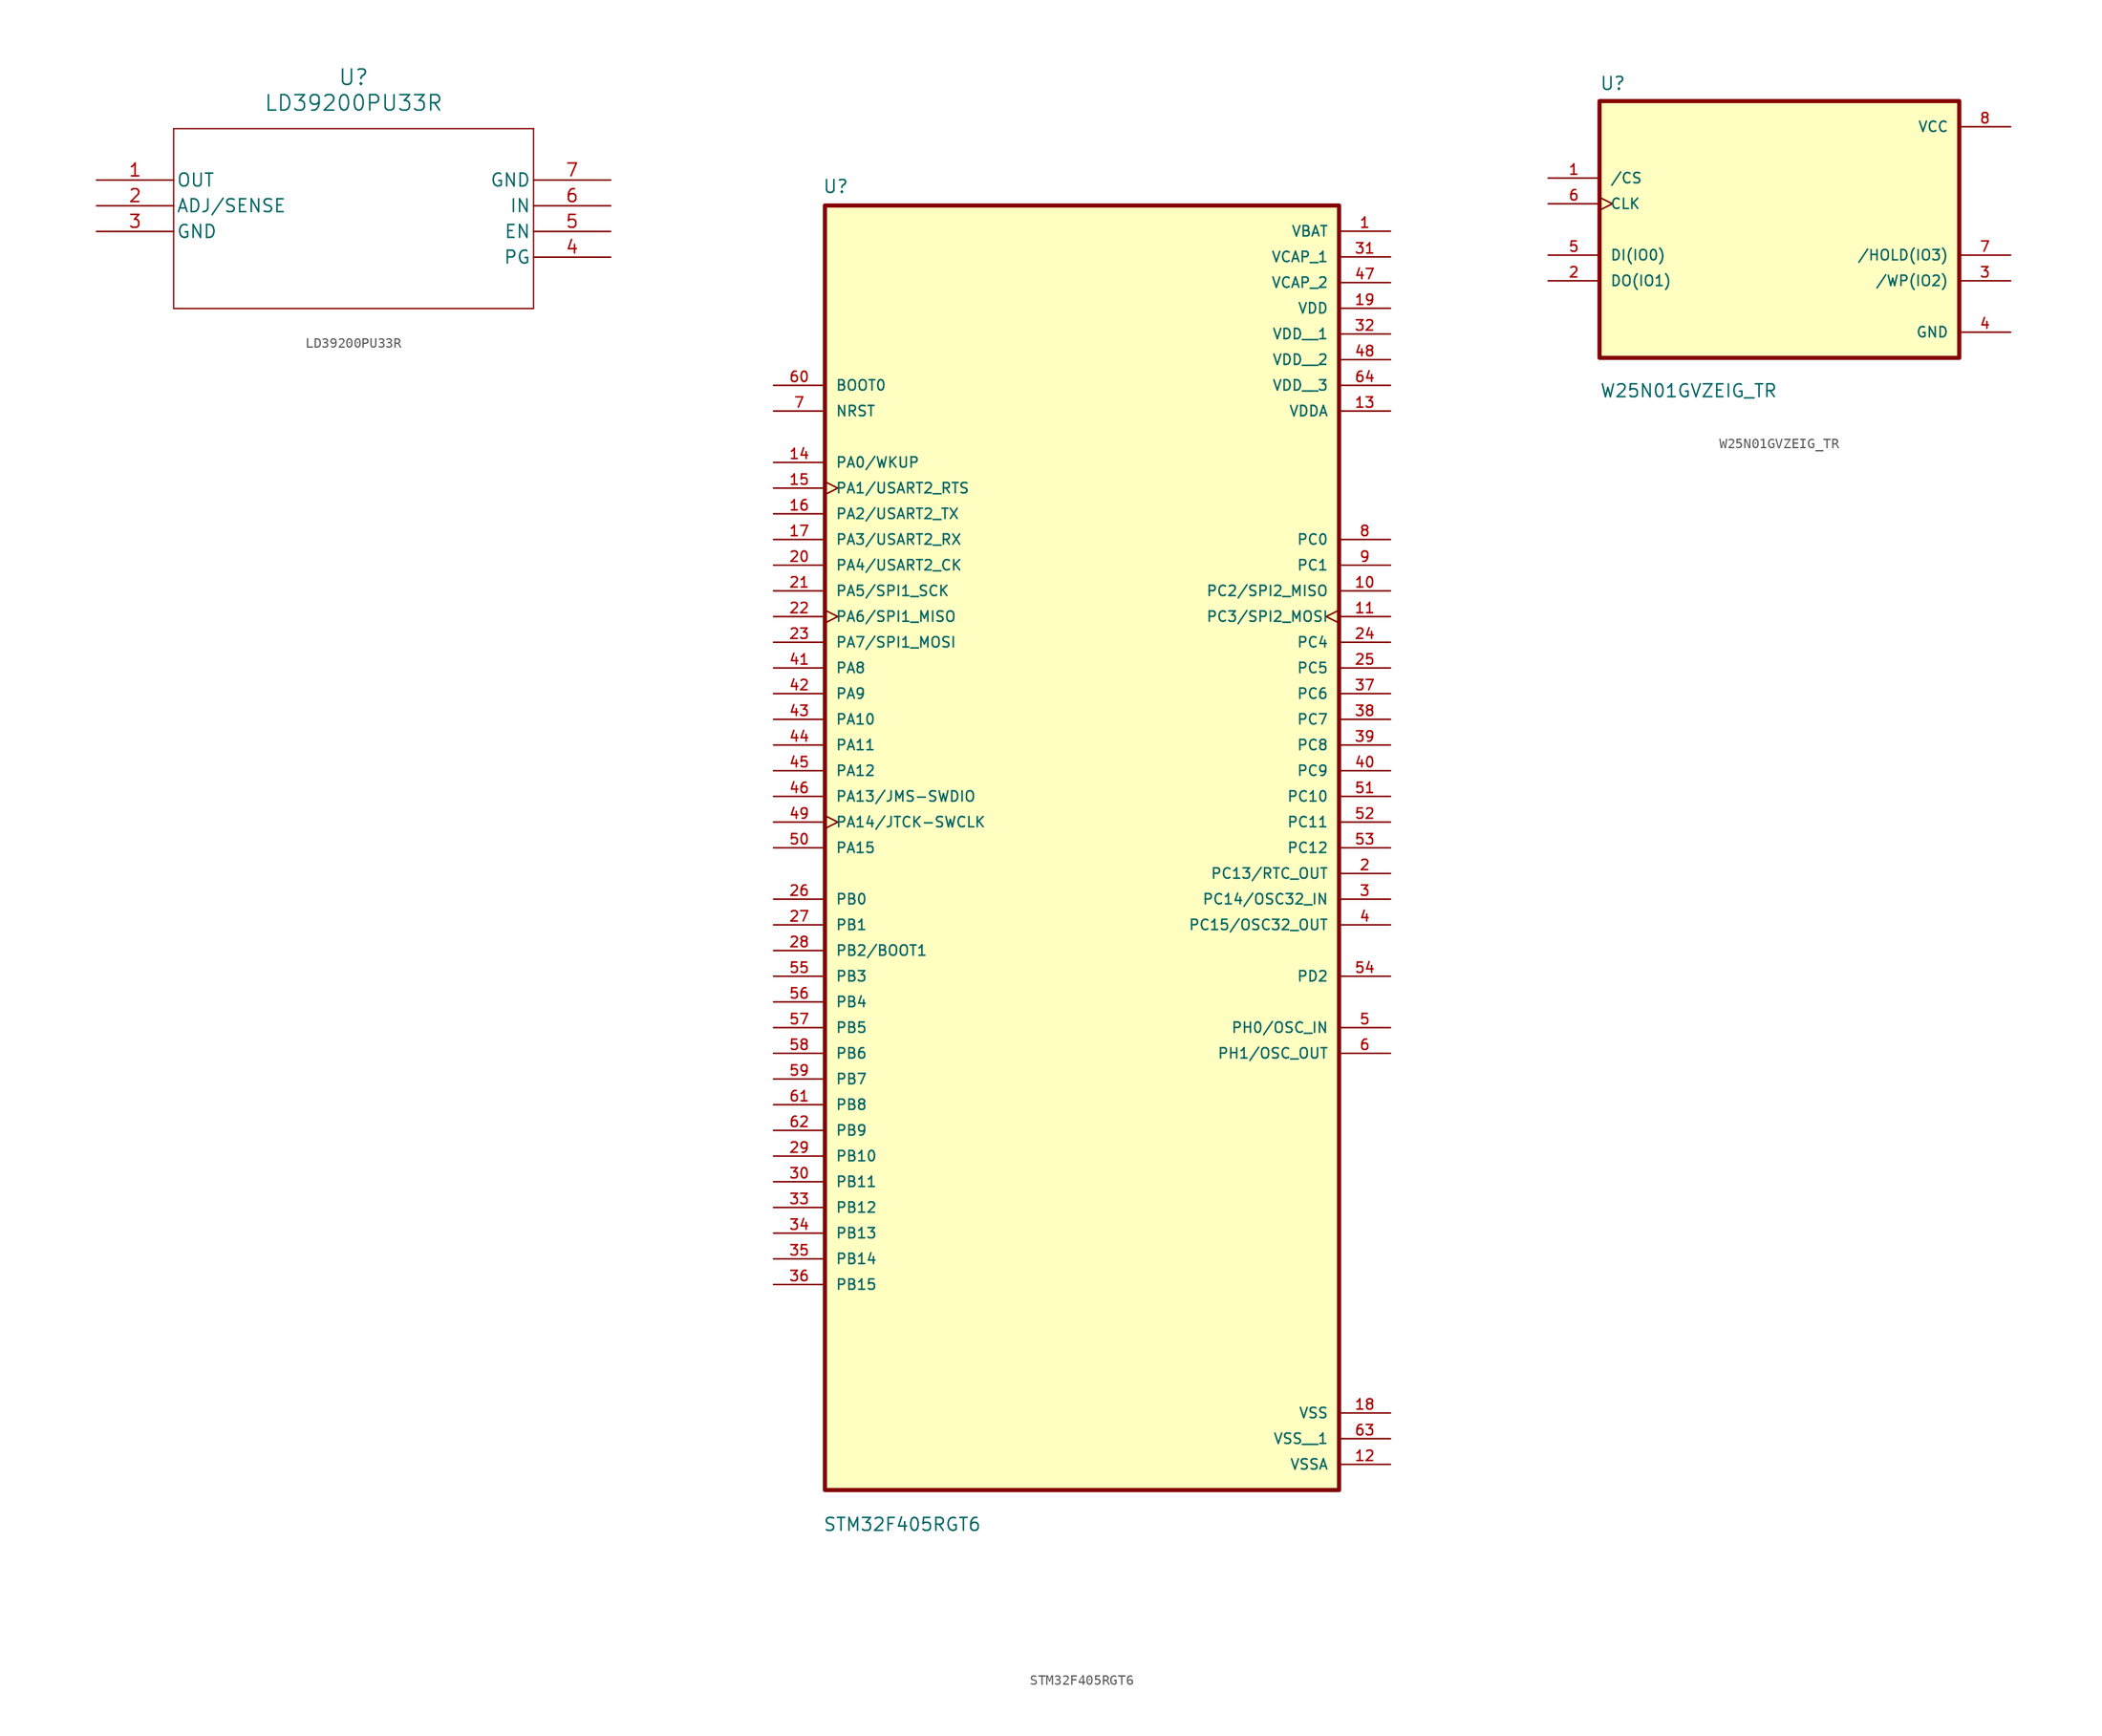
<source format=kicad_sym>
(kicad_symbol_lib
  (version 20241209)
  (generator "kicad_symbol_editor")
  (generator_version "9.0")
  (symbol "LD39200PU33R"
    (pin_names
      (offset 0.254))
    (property "Reference" "U"
      (at 25.4 10.16 0)
      (effects (font (size 1.524 1.524))))
    (property "Value" "LD39200PU33R"
      (at 25.4 7.62 0)
      (effects (font (size 1.524 1.524))))
    (property "ki_locked" ""
      (at 0 0 0)
      (effects (font (size 1.27 1.27))))
    (symbol "LD39200PU33R_0_1"
      (polyline (pts (xy 7.62 5.08) (xy 7.62 -12.7)) (stroke (width 0.127) (type default)) (fill (type none)))
      (polyline (pts (xy 7.62 -12.7) (xy 43.18 -12.7)) (stroke (width 0.127) (type default)) (fill (type none)))
      (polyline (pts (xy 43.18 5.08) (xy 7.62 5.08)) (stroke (width 0.127) (type default)) (fill (type none)))
      (polyline (pts (xy 43.18 -12.7) (xy 43.18 5.08)) (stroke (width 0.127) (type default)) (fill (type none)))
      (pin output line (at 0 0 0) (length 7.62) (name "OUT" (effects (font (size 1.27 1.27)))) (number "1" (effects (font (size 1.27 1.27)))))
      (pin unspecified line (at 0 -2.54 0) (length 7.62) (name "ADJ/SENSE" (effects (font (size 1.27 1.27)))) (number "2" (effects (font (size 1.27 1.27)))))
      (pin power_out line (at 0 -5.08 0) (length 7.62) (name "GND" (effects (font (size 1.27 1.27)))) (number "3" (effects (font (size 1.27 1.27)))))
      (pin power_out line (at 50.8 0 180) (length 7.62) (name "GND" (effects (font (size 1.27 1.27)))) (number "7" (effects (font (size 1.27 1.27)))))
      (pin power_in line (at 50.8 -2.54 180) (length 7.62) (name "IN" (effects (font (size 1.27 1.27)))) (number "6" (effects (font (size 1.27 1.27)))))
      (pin unspecified line (at 50.8 -5.08 180) (length 7.62) (name "EN" (effects (font (size 1.27 1.27)))) (number "5" (effects (font (size 1.27 1.27)))))
      (pin unspecified line (at 50.8 -7.62 180) (length 7.62) (name "PG" (effects (font (size 1.27 1.27)))) (number "4" (effects (font (size 1.27 1.27)))))))
  (symbol "STM32F405RGT6"
    (pin_names
      (offset 1.016))
    (property "Reference" "U"
      (at -25.644 59.558 0)
      (effects (font (size 1.27 1.27)) (justify left bottom)))
    (property "Value" "STM32F405RGT6"
      (at -25.604 -72.72 0)
      (effects (font (size 1.27 1.27)) (justify left bottom)))
    (symbol "STM32F405RGT6_0_0"
      (rectangle (start -25.4 58.42) (end 25.4 -68.58) (stroke (width 0.41) (type default)) (fill (type background)))
      (pin bidirectional line (at -30.48 40.64 0) (length 5.08) (name "BOOT0" (effects (font (size 1.016 1.016)))) (number "60" (effects (font (size 1.016 1.016)))))
      (pin bidirectional line (at -30.48 38.1 0) (length 5.08) (name "NRST" (effects (font (size 1.016 1.016)))) (number "7" (effects (font (size 1.016 1.016)))))
      (pin bidirectional line (at -30.48 33.02 0) (length 5.08) (name "PA0/WKUP" (effects (font (size 1.016 1.016)))) (number "14" (effects (font (size 1.016 1.016)))))
      (pin bidirectional clock (at -30.48 30.48 0) (length 5.08) (name "PA1/USART2_RTS" (effects (font (size 1.016 1.016)))) (number "15" (effects (font (size 1.016 1.016)))))
      (pin bidirectional line (at -30.48 27.94 0) (length 5.08) (name "PA2/USART2_TX" (effects (font (size 1.016 1.016)))) (number "16" (effects (font (size 1.016 1.016)))))
      (pin bidirectional line (at -30.48 25.4 0) (length 5.08) (name "PA3/USART2_RX" (effects (font (size 1.016 1.016)))) (number "17" (effects (font (size 1.016 1.016)))))
      (pin bidirectional line (at -30.48 22.86 0) (length 5.08) (name "PA4/USART2_CK" (effects (font (size 1.016 1.016)))) (number "20" (effects (font (size 1.016 1.016)))))
      (pin bidirectional line (at -30.48 20.32 0) (length 5.08) (name "PA5/SPI1_SCK" (effects (font (size 1.016 1.016)))) (number "21" (effects (font (size 1.016 1.016)))))
      (pin bidirectional clock (at -30.48 17.78 0) (length 5.08) (name "PA6/SPI1_MISO" (effects (font (size 1.016 1.016)))) (number "22" (effects (font (size 1.016 1.016)))))
      (pin bidirectional line (at -30.48 15.24 0) (length 5.08) (name "PA7/SPI1_MOSI" (effects (font (size 1.016 1.016)))) (number "23" (effects (font (size 1.016 1.016)))))
      (pin bidirectional line (at -30.48 12.7 0) (length 5.08) (name "PA8" (effects (font (size 1.016 1.016)))) (number "41" (effects (font (size 1.016 1.016)))))
      (pin bidirectional line (at -30.48 10.16 0) (length 5.08) (name "PA9" (effects (font (size 1.016 1.016)))) (number "42" (effects (font (size 1.016 1.016)))))
      (pin bidirectional line (at -30.48 7.62 0) (length 5.08) (name "PA10" (effects (font (size 1.016 1.016)))) (number "43" (effects (font (size 1.016 1.016)))))
      (pin bidirectional line (at -30.48 5.08 0) (length 5.08) (name "PA11" (effects (font (size 1.016 1.016)))) (number "44" (effects (font (size 1.016 1.016)))))
      (pin bidirectional line (at -30.48 2.54 0) (length 5.08) (name "PA12" (effects (font (size 1.016 1.016)))) (number "45" (effects (font (size 1.016 1.016)))))
      (pin bidirectional line (at -30.48 0 0) (length 5.08) (name "PA13/JMS-SWDIO" (effects (font (size 1.016 1.016)))) (number "46" (effects (font (size 1.016 1.016)))))
      (pin bidirectional clock (at -30.48 -2.54 0) (length 5.08) (name "PA14/JTCK-SWCLK" (effects (font (size 1.016 1.016)))) (number "49" (effects (font (size 1.016 1.016)))))
      (pin bidirectional line (at -30.48 -5.08 0) (length 5.08) (name "PA15" (effects (font (size 1.016 1.016)))) (number "50" (effects (font (size 1.016 1.016)))))
      (pin bidirectional line (at -30.48 -10.16 0) (length 5.08) (name "PB0" (effects (font (size 1.016 1.016)))) (number "26" (effects (font (size 1.016 1.016)))))
      (pin bidirectional line (at -30.48 -12.7 0) (length 5.08) (name "PB1" (effects (font (size 1.016 1.016)))) (number "27" (effects (font (size 1.016 1.016)))))
      (pin bidirectional line (at -30.48 -15.24 0) (length 5.08) (name "PB2/BOOT1" (effects (font (size 1.016 1.016)))) (number "28" (effects (font (size 1.016 1.016)))))
      (pin bidirectional line (at -30.48 -17.78 0) (length 5.08) (name "PB3" (effects (font (size 1.016 1.016)))) (number "55" (effects (font (size 1.016 1.016)))))
      (pin bidirectional line (at -30.48 -20.32 0) (length 5.08) (name "PB4" (effects (font (size 1.016 1.016)))) (number "56" (effects (font (size 1.016 1.016)))))
      (pin bidirectional line (at -30.48 -22.86 0) (length 5.08) (name "PB5" (effects (font (size 1.016 1.016)))) (number "57" (effects (font (size 1.016 1.016)))))
      (pin bidirectional line (at -30.48 -25.4 0) (length 5.08) (name "PB6" (effects (font (size 1.016 1.016)))) (number "58" (effects (font (size 1.016 1.016)))))
      (pin bidirectional line (at -30.48 -27.94 0) (length 5.08) (name "PB7" (effects (font (size 1.016 1.016)))) (number "59" (effects (font (size 1.016 1.016)))))
      (pin bidirectional line (at -30.48 -30.48 0) (length 5.08) (name "PB8" (effects (font (size 1.016 1.016)))) (number "61" (effects (font (size 1.016 1.016)))))
      (pin bidirectional line (at -30.48 -33.02 0) (length 5.08) (name "PB9" (effects (font (size 1.016 1.016)))) (number "62" (effects (font (size 1.016 1.016)))))
      (pin bidirectional line (at -30.48 -35.56 0) (length 5.08) (name "PB10" (effects (font (size 1.016 1.016)))) (number "29" (effects (font (size 1.016 1.016)))))
      (pin bidirectional line (at -30.48 -38.1 0) (length 5.08) (name "PB11" (effects (font (size 1.016 1.016)))) (number "30" (effects (font (size 1.016 1.016)))))
      (pin bidirectional line (at -30.48 -40.64 0) (length 5.08) (name "PB12" (effects (font (size 1.016 1.016)))) (number "33" (effects (font (size 1.016 1.016)))))
      (pin bidirectional line (at -30.48 -43.18 0) (length 5.08) (name "PB13" (effects (font (size 1.016 1.016)))) (number "34" (effects (font (size 1.016 1.016)))))
      (pin bidirectional line (at -30.48 -45.72 0) (length 5.08) (name "PB14" (effects (font (size 1.016 1.016)))) (number "35" (effects (font (size 1.016 1.016)))))
      (pin bidirectional line (at -30.48 -48.26 0) (length 5.08) (name "PB15" (effects (font (size 1.016 1.016)))) (number "36" (effects (font (size 1.016 1.016)))))
      (pin power_in line (at 30.48 55.88 180) (length 5.08) (name "VBAT" (effects (font (size 1.016 1.016)))) (number "1" (effects (font (size 1.016 1.016)))))
      (pin power_in line (at 30.48 53.34 180) (length 5.08) (name "VCAP_1" (effects (font (size 1.016 1.016)))) (number "31" (effects (font (size 1.016 1.016)))))
      (pin power_in line (at 30.48 50.8 180) (length 5.08) (name "VCAP_2" (effects (font (size 1.016 1.016)))) (number "47" (effects (font (size 1.016 1.016)))))
      (pin power_in line (at 30.48 48.26 180) (length 5.08) (name "VDD" (effects (font (size 1.016 1.016)))) (number "19" (effects (font (size 1.016 1.016)))))
      (pin power_in line (at 30.48 45.72 180) (length 5.08) (name "VDD__1" (effects (font (size 1.016 1.016)))) (number "32" (effects (font (size 1.016 1.016)))))
      (pin power_in line (at 30.48 43.18 180) (length 5.08) (name "VDD__2" (effects (font (size 1.016 1.016)))) (number "48" (effects (font (size 1.016 1.016)))))
      (pin power_in line (at 30.48 40.64 180) (length 5.08) (name "VDD__3" (effects (font (size 1.016 1.016)))) (number "64" (effects (font (size 1.016 1.016)))))
      (pin power_in line (at 30.48 38.1 180) (length 5.08) (name "VDDA" (effects (font (size 1.016 1.016)))) (number "13" (effects (font (size 1.016 1.016)))))
      (pin bidirectional line (at 30.48 25.4 180) (length 5.08) (name "PC0" (effects (font (size 1.016 1.016)))) (number "8" (effects (font (size 1.016 1.016)))))
      (pin bidirectional line (at 30.48 22.86 180) (length 5.08) (name "PC1" (effects (font (size 1.016 1.016)))) (number "9" (effects (font (size 1.016 1.016)))))
      (pin bidirectional line (at 30.48 20.32 180) (length 5.08) (name "PC2/SPI2_MISO" (effects (font (size 1.016 1.016)))) (number "10" (effects (font (size 1.016 1.016)))))
      (pin bidirectional clock (at 30.48 17.78 180) (length 5.08) (name "PC3/SPI2_MOSI" (effects (font (size 1.016 1.016)))) (number "11" (effects (font (size 1.016 1.016)))))
      (pin bidirectional line (at 30.48 15.24 180) (length 5.08) (name "PC4" (effects (font (size 1.016 1.016)))) (number "24" (effects (font (size 1.016 1.016)))))
      (pin bidirectional line (at 30.48 12.7 180) (length 5.08) (name "PC5" (effects (font (size 1.016 1.016)))) (number "25" (effects (font (size 1.016 1.016)))))
      (pin bidirectional line (at 30.48 10.16 180) (length 5.08) (name "PC6" (effects (font (size 1.016 1.016)))) (number "37" (effects (font (size 1.016 1.016)))))
      (pin bidirectional line (at 30.48 7.62 180) (length 5.08) (name "PC7" (effects (font (size 1.016 1.016)))) (number "38" (effects (font (size 1.016 1.016)))))
      (pin bidirectional line (at 30.48 5.08 180) (length 5.08) (name "PC8" (effects (font (size 1.016 1.016)))) (number "39" (effects (font (size 1.016 1.016)))))
      (pin bidirectional line (at 30.48 2.54 180) (length 5.08) (name "PC9" (effects (font (size 1.016 1.016)))) (number "40" (effects (font (size 1.016 1.016)))))
      (pin bidirectional line (at 30.48 0 180) (length 5.08) (name "PC10" (effects (font (size 1.016 1.016)))) (number "51" (effects (font (size 1.016 1.016)))))
      (pin bidirectional line (at 30.48 -2.54 180) (length 5.08) (name "PC11" (effects (font (size 1.016 1.016)))) (number "52" (effects (font (size 1.016 1.016)))))
      (pin bidirectional line (at 30.48 -5.08 180) (length 5.08) (name "PC12" (effects (font (size 1.016 1.016)))) (number "53" (effects (font (size 1.016 1.016)))))
      (pin bidirectional line (at 30.48 -7.62 180) (length 5.08) (name "PC13/RTC_OUT" (effects (font (size 1.016 1.016)))) (number "2" (effects (font (size 1.016 1.016)))))
      (pin bidirectional line (at 30.48 -10.16 180) (length 5.08) (name "PC14/OSC32_IN" (effects (font (size 1.016 1.016)))) (number "3" (effects (font (size 1.016 1.016)))))
      (pin bidirectional line (at 30.48 -12.7 180) (length 5.08) (name "PC15/OSC32_OUT" (effects (font (size 1.016 1.016)))) (number "4" (effects (font (size 1.016 1.016)))))
      (pin bidirectional line (at 30.48 -17.78 180) (length 5.08) (name "PD2" (effects (font (size 1.016 1.016)))) (number "54" (effects (font (size 1.016 1.016)))))
      (pin bidirectional line (at 30.48 -22.86 180) (length 5.08) (name "PH0/OSC_IN" (effects (font (size 1.016 1.016)))) (number "5" (effects (font (size 1.016 1.016)))))
      (pin bidirectional line (at 30.48 -25.4 180) (length 5.08) (name "PH1/OSC_OUT" (effects (font (size 1.016 1.016)))) (number "6" (effects (font (size 1.016 1.016)))))
      (pin power_in line (at 30.48 -60.96 180) (length 5.08) (name "VSS" (effects (font (size 1.016 1.016)))) (number "18" (effects (font (size 1.016 1.016)))))
      (pin power_in line (at 30.48 -63.5 180) (length 5.08) (name "VSS__1" (effects (font (size 1.016 1.016)))) (number "63" (effects (font (size 1.016 1.016)))))
      (pin power_in line (at 30.48 -66.04 180) (length 5.08) (name "VSSA" (effects (font (size 1.016 1.016)))) (number "12" (effects (font (size 1.016 1.016)))))))
  (symbol "W25N01GVZEIG_TR"
    (pin_names
      (offset 1.016))
    (property "Reference" "U"
      (at -17.78 13.7 0)
      (effects (font (size 1.27 1.27)) (justify left bottom)))
    (property "Value" "W25N01GVZEIG_TR"
      (at -17.78 -16.7 0)
      (effects (font (size 1.27 1.27)) (justify left bottom)))
    (symbol "W25N01GVZEIG_TR_0_0"
      (rectangle (start -17.78 12.7) (end 17.78 -12.7) (stroke (width 0.41) (type default)) (fill (type background)))
      (pin input line (at -22.86 5.08 0) (length 5.08) (name "/CS" (effects (font (size 1.016 1.016)))) (number "1" (effects (font (size 1.016 1.016)))))
      (pin input clock (at -22.86 2.54 0) (length 5.08) (name "CLK" (effects (font (size 1.016 1.016)))) (number "6" (effects (font (size 1.016 1.016)))))
      (pin bidirectional line (at -22.86 -2.54 0) (length 5.08) (name "DI(IO0)" (effects (font (size 1.016 1.016)))) (number "5" (effects (font (size 1.016 1.016)))))
      (pin bidirectional line (at -22.86 -5.08 0) (length 5.08) (name "DO(IO1)" (effects (font (size 1.016 1.016)))) (number "2" (effects (font (size 1.016 1.016)))))
      (pin power_in line (at 22.86 10.16 180) (length 5.08) (name "VCC" (effects (font (size 1.016 1.016)))) (number "8" (effects (font (size 1.016 1.016)))))
      (pin bidirectional line (at 22.86 -2.54 180) (length 5.08) (name "/HOLD(IO3)" (effects (font (size 1.016 1.016)))) (number "7" (effects (font (size 1.016 1.016)))))
      (pin bidirectional line (at 22.86 -5.08 180) (length 5.08) (name "/WP(IO2)" (effects (font (size 1.016 1.016)))) (number "3" (effects (font (size 1.016 1.016)))))
      (pin power_in line (at 22.86 -10.16 180) (length 5.08) (name "GND" (effects (font (size 1.016 1.016)))) (number "4" (effects (font (size 1.016 1.016))))))))
</source>
